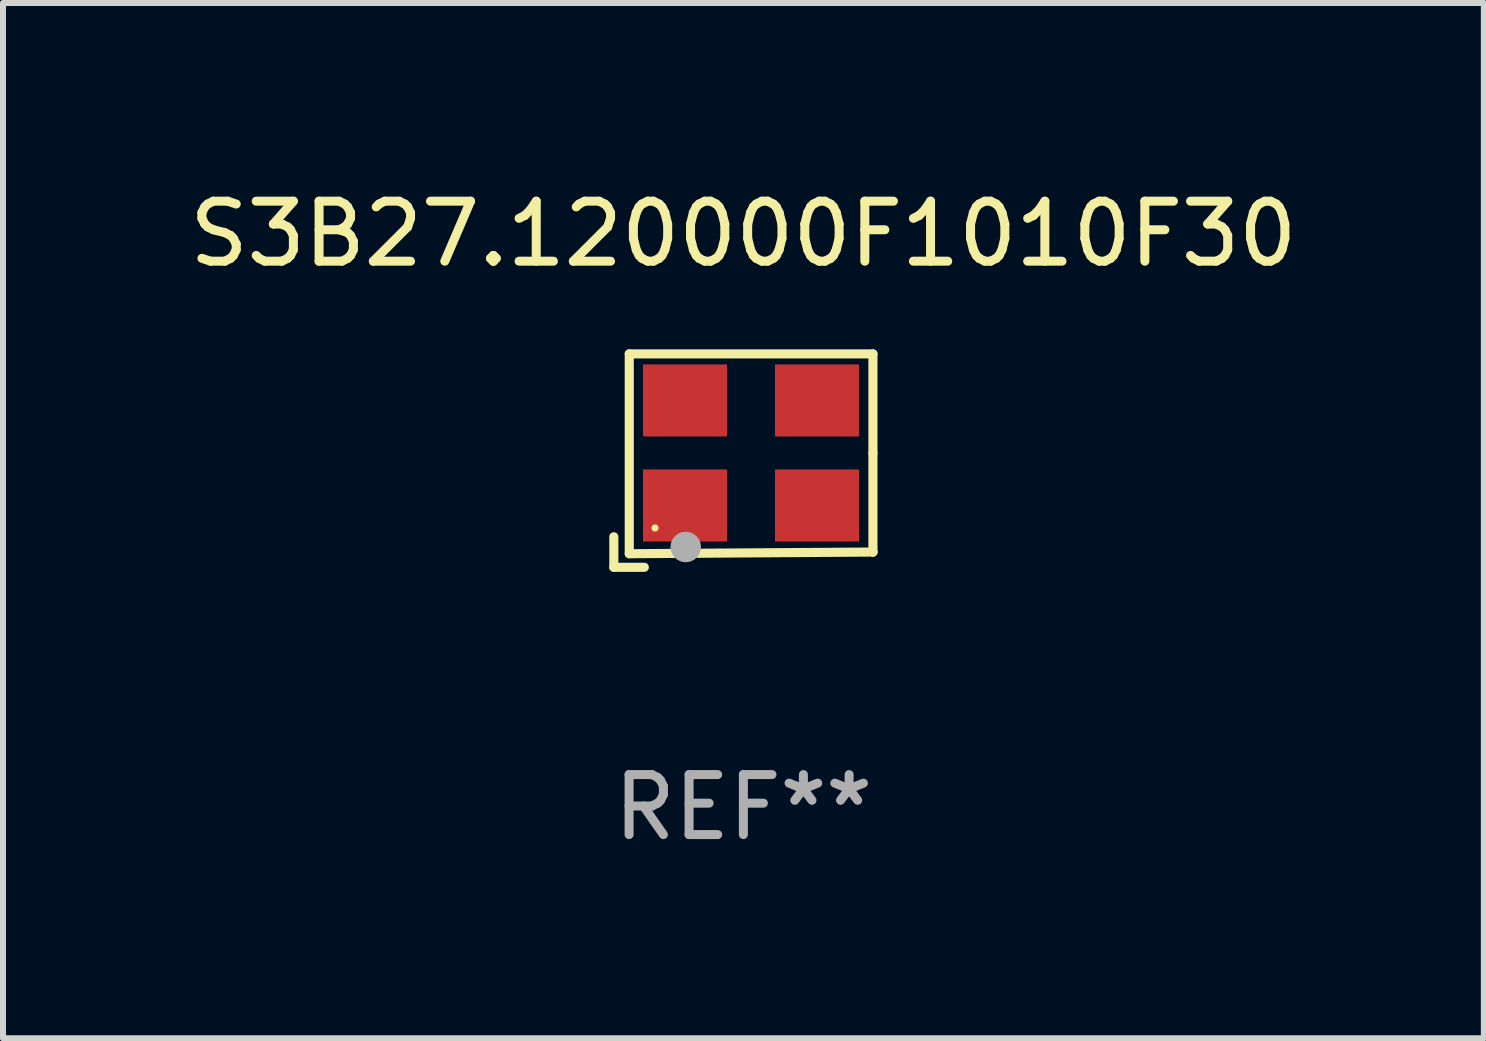
<source format=kicad_pcb>
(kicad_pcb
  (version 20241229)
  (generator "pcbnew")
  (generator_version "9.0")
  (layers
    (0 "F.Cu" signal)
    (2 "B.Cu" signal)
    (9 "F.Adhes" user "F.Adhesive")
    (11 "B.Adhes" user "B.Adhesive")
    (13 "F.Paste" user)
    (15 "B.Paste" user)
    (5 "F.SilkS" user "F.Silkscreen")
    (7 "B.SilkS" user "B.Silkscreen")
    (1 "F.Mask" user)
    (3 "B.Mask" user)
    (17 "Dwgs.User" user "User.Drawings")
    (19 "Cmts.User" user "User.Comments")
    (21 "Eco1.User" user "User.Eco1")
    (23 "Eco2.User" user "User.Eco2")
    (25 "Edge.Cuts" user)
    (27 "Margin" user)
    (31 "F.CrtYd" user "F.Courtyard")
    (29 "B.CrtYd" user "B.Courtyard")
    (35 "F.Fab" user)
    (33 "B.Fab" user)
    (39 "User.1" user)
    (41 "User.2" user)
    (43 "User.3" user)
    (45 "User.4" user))
  (footprint "S3B27.120000F1010F30"
    (layer "F.Cu")
    (at 9.339 4.626)
    (property "Reference" "S3B27.120000F1010F30" (at 0 -3.778 0) (layer "F.SilkS") (effects (font (size 1 1) (thickness 0.15))))
    (attr through_hole)
    (fp_line (start -2.159 1.27) (end -2.159 1.778) (stroke (width 0.152) (type solid)) (layer "F.SilkS"))
    (fp_line (start -2.159 1.778) (end -1.651 1.778) (stroke (width 0.152) (type solid)) (layer "F.SilkS"))
    (fp_line (start -1.902 -1.778) (end 2.159 -1.778) (stroke (width 0.152) (type solid)) (layer "F.SilkS"))
    (fp_line (start -1.902 1.552) (end -1.902 -1.778) (stroke (width 0.152) (type solid)) (layer "F.SilkS"))
    (fp_line (start 2.159 -1.778) (end 2.159 -0.127) (stroke (width 0.152) (type solid)) (layer "F.SilkS"))
    (fp_line (start 2.159 -0.127) (end 2.159 1.524) (stroke (width 0.152) (type solid)) (layer "F.SilkS"))
    (fp_line (start 2.159 1.524) (end -1.902 1.552) (stroke (width 0.152) (type solid)) (layer "F.SilkS"))
    (fp_line (start 2.159 1.524) (end 2.159 1.524) (stroke (width 0.152) (type solid)) (layer "F.SilkS"))
    (fp_circle (center -1.473 1.123) (end -1.443 1.123) (stroke (width 0.06) (type solid)) (fill no) (layer "F.SilkS"))
    (fp_circle (center -0.961 1.44) (end -0.834 1.44) (stroke (width 0.254) (type solid)) (fill no) (layer "F.Fab"))
    (fp_text user "REF**" (at 0 5.778 0) (layer "F.Fab") (effects (font (size 1 1) (thickness 0.15))))
    (pad "1" smd rect (at -0.973 0.748) (size 1.4 1.2) (layers "F.Cu" "F.Mask" "F.Paste"))
    (pad "2" smd rect (at 1.227 0.748) (size 1.4 1.2) (layers "F.Cu" "F.Mask" "F.Paste"))
    (pad "3" smd rect (at 1.227 -1.002) (size 1.4 1.2) (layers "F.Cu" "F.Mask" "F.Paste"))
    (pad "4" smd rect (at -0.973 -1.002) (size 1.4 1.2) (layers "F.Cu" "F.Mask" "F.Paste")))
  (gr_rect
    (start -3 -3)
    (end 21.679 14.253)
    (stroke (width 0.1) (type default))
    (fill no)
    (layer "Edge.Cuts")))
</source>
